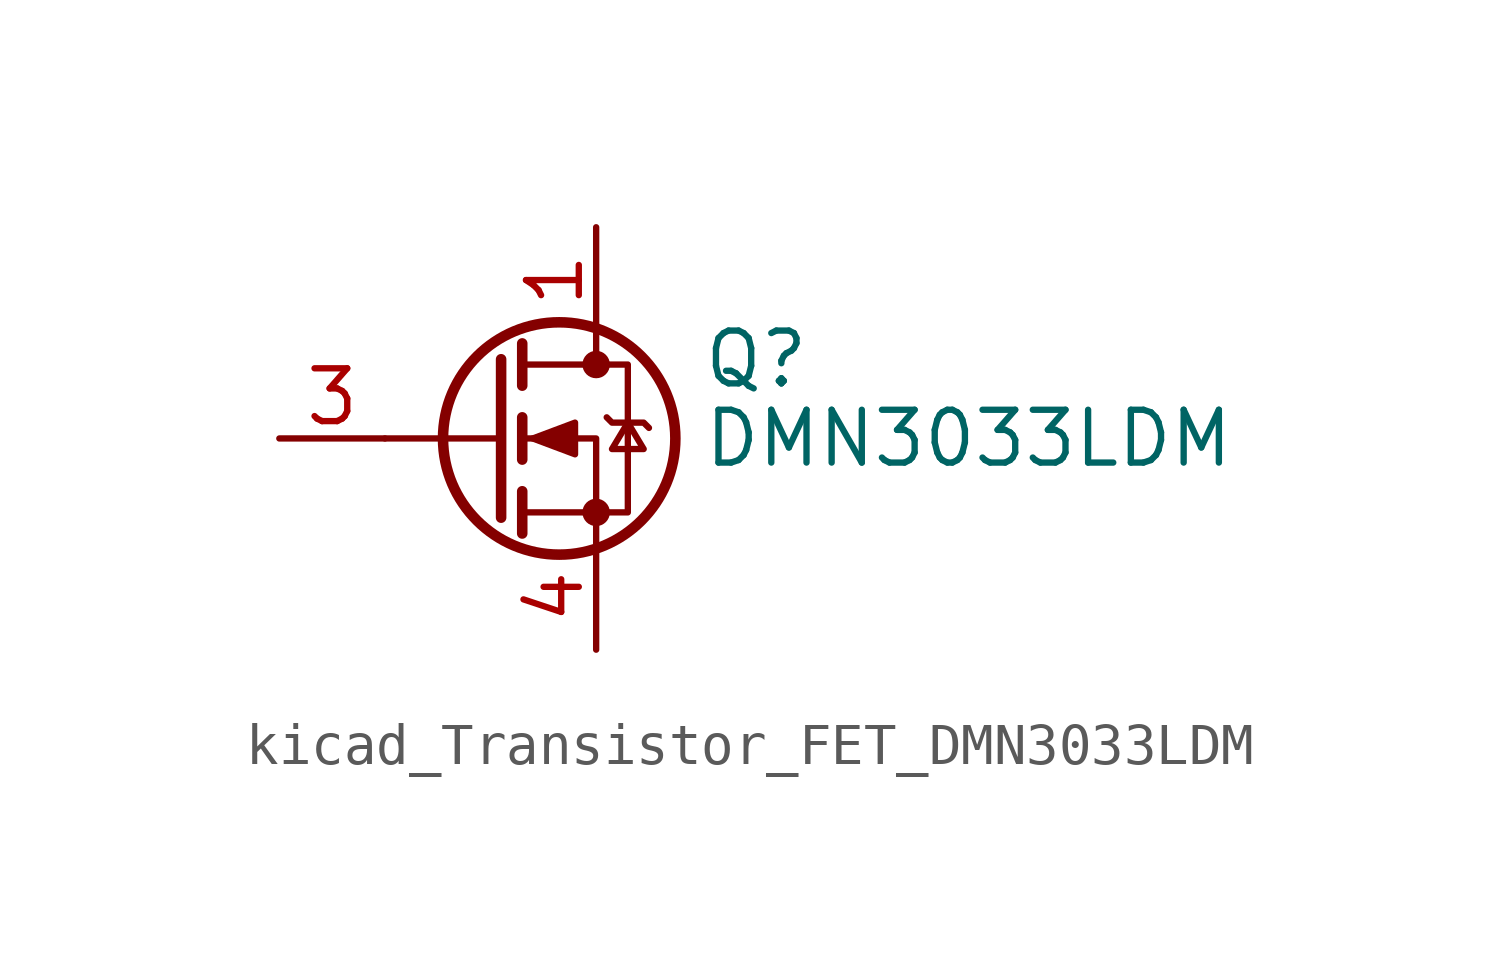
<source format=kicad_sym>
(kicad_symbol_lib
  (version 20220914)
  (generator kicad_symbol_editor)
  (symbol "kicad_Transistor_FET_DMN3033LDM"
    (pin_names hide)
    (property "Reference" "Q"
      (at 5.08 1.905 0)
      (effects (font (size 1.27 1.27)) (justify left)))
    (property "Value" "DMN3033LDM"
      (at 5.08 0 0)
      (effects (font (size 1.27 1.27)) (justify left)))
    (symbol "kicad_Transistor_FET_DMN3033LDM_0_1"
      (polyline (pts (xy 0.254 0) (xy -2.54 0)) (stroke (width 0) (type default)) (fill (type none)))
      (polyline (pts (xy 0.254 1.905) (xy 0.254 -1.905)) (stroke (width 0.254) (type default)) (fill (type none)))
      (polyline (pts (xy 0.762 -1.27) (xy 0.762 -2.286)) (stroke (width 0.254) (type default)) (fill (type none)))
      (polyline (pts (xy 0.762 0.508) (xy 0.762 -0.508)) (stroke (width 0.254) (type default)) (fill (type none)))
      (polyline (pts (xy 0.762 2.286) (xy 0.762 1.27)) (stroke (width 0.254) (type default)) (fill (type none)))
      (polyline (pts (xy 2.54 2.54) (xy 2.54 1.778)) (stroke (width 0) (type default)) (fill (type none)))
      (polyline (pts (xy 2.54 -2.54) (xy 2.54 0) (xy 0.762 0)) (stroke (width 0) (type default)) (fill (type none)))
      (polyline (pts (xy 0.762 -1.778) (xy 3.302 -1.778) (xy 3.302 1.778) (xy 0.762 1.778)) (stroke (width 0) (type default)) (fill (type none)))
      (polyline (pts (xy 1.016 0) (xy 2.032 0.381) (xy 2.032 -0.381) (xy 1.016 0)) (stroke (width 0) (type default)) (fill (type outline)))
      (polyline (pts (xy 2.794 0.508) (xy 2.921 0.381) (xy 3.683 0.381) (xy 3.81 0.254)) (stroke (width 0) (type default)) (fill (type none)))
      (polyline (pts (xy 3.302 0.381) (xy 2.921 -0.254) (xy 3.683 -0.254) (xy 3.302 0.381)) (stroke (width 0) (type default)) (fill (type none)))
      (circle (center 1.651 0) (radius 2.794) (stroke (width 0.254) (type default)) (fill (type none)))
      (circle (center 2.54 -1.778) (radius 0.254) (stroke (width 0) (type default)) (fill (type outline)))
      (circle (center 2.54 1.778) (radius 0.254) (stroke (width 0) (type default)) (fill (type outline))))
    (symbol "kicad_Transistor_FET_DMN3033LDM_1_1"
      (pin passive line (at 2.54 5.08 270) (length 2.54) (name "D" (effects (font (size 1.27 1.27)))) (number "1" (effects (font (size 1.27 1.27)))))
      (pin passive line (at 2.54 5.08 270) (length 2.54) hide (name "D" (effects (font (size 1.27 1.27)))) (number "2" (effects (font (size 1.27 1.27)))))
      (pin input line (at -5.08 0 0) (length 2.54) (name "G" (effects (font (size 1.27 1.27)))) (number "3" (effects (font (size 1.27 1.27)))))
      (pin passive line (at 2.54 -5.08 90) (length 2.54) (name "S" (effects (font (size 1.27 1.27)))) (number "4" (effects (font (size 1.27 1.27)))))
      (pin passive line (at 2.54 5.08 270) (length 2.54) hide (name "D" (effects (font (size 1.27 1.27)))) (number "5" (effects (font (size 1.27 1.27)))))
      (pin passive line (at 2.54 5.08 270) (length 2.54) hide (name "D" (effects (font (size 1.27 1.27)))) (number "6" (effects (font (size 1.27 1.27))))))))
</source>
